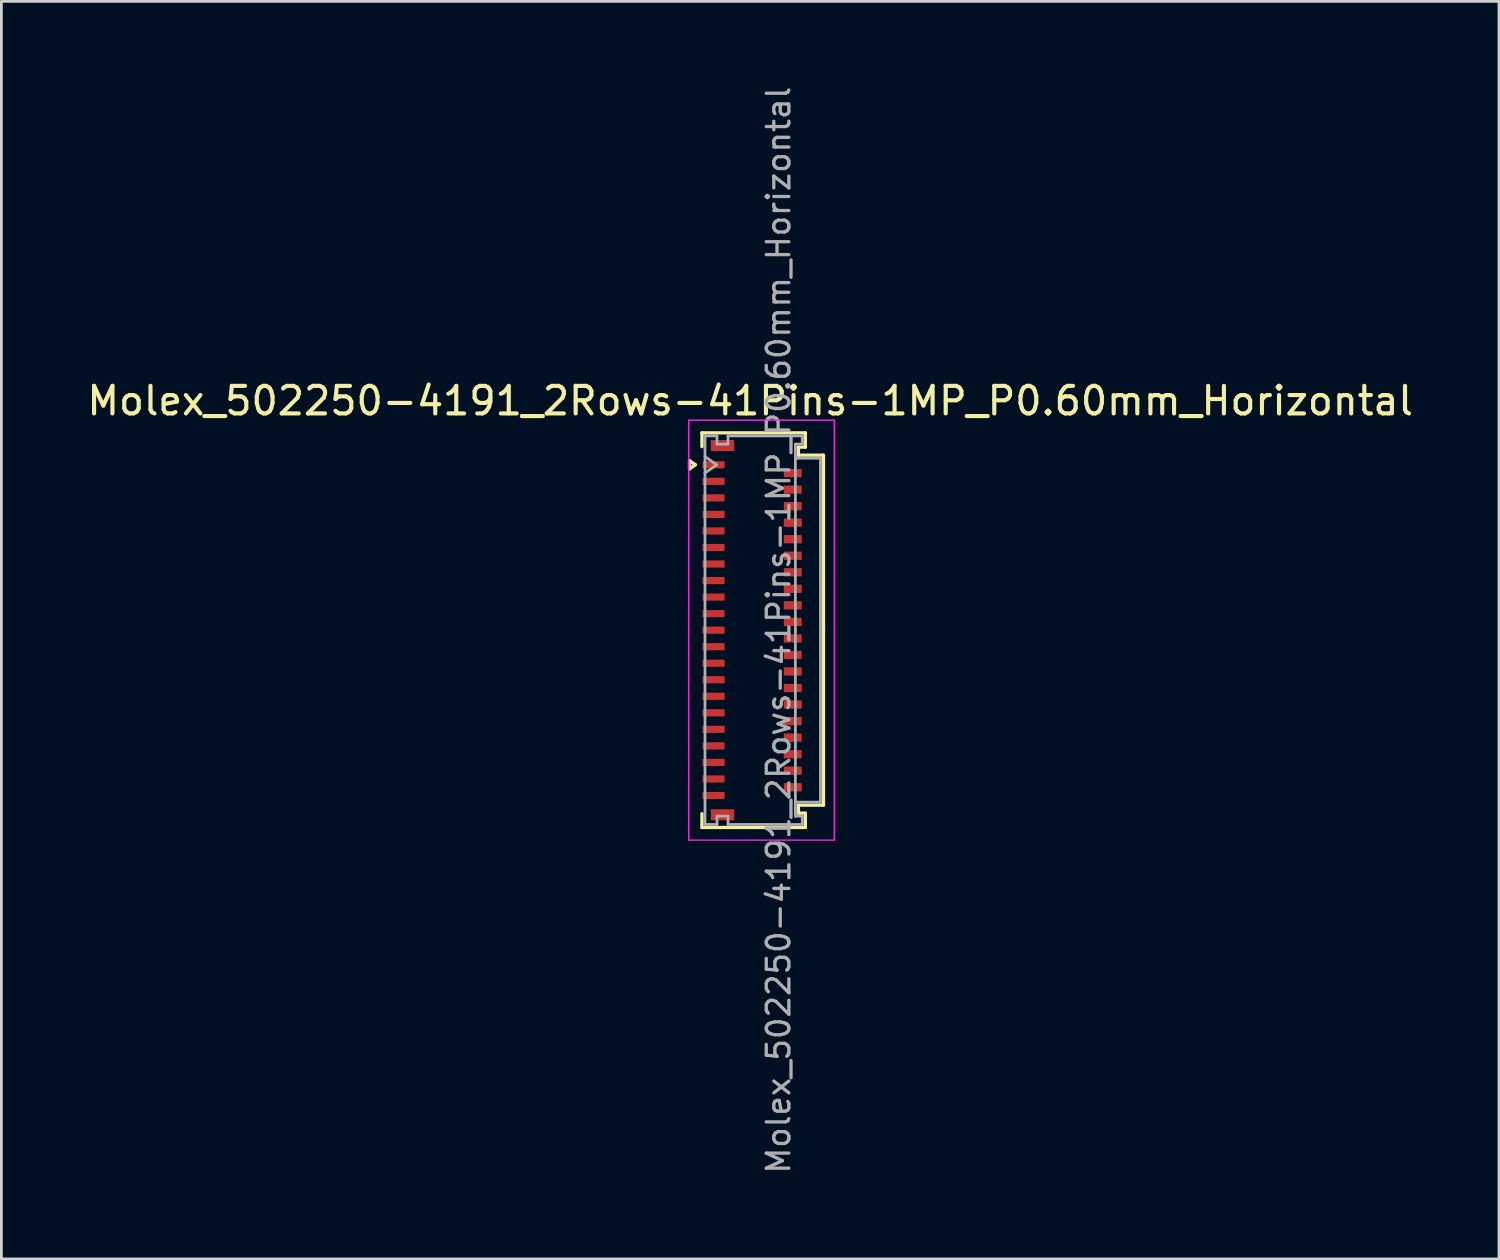
<source format=kicad_pcb>
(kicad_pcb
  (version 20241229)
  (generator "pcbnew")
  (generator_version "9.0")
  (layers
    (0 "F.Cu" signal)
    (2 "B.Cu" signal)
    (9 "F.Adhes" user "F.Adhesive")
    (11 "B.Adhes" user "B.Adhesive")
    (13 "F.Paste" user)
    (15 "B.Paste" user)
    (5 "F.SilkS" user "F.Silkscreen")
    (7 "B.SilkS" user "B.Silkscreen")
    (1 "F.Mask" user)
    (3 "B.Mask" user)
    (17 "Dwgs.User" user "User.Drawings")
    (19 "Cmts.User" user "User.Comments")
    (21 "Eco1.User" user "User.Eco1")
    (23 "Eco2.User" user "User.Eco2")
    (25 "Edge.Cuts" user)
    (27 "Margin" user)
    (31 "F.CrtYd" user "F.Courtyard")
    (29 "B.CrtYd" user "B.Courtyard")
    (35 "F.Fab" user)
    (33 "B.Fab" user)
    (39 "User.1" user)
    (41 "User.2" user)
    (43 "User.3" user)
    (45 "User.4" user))
  (footprint "Molex_502250-4191_2Rows-41Pins-1MP_P0.60mm_Horizontal"
    (layer "F.Cu")
    (at 24.243 19.817)
    (property "Reference" "Molex_502250-4191_2Rows-41Pins-1MP_P0.60mm_Horizontal" (at -0.07 -8.32 0) (layer "F.SilkS") (effects (font (size 1 1) (thickness 0.15))))
    (attr smd)
    (fp_line (start -2.272 -6.15) (end -2.06 -6) (stroke (width 0.12) (type solid)) (layer "F.SilkS"))
    (fp_line (start -2.272 -5.85) (end -2.272 -6.15) (stroke (width 0.12) (type solid)) (layer "F.SilkS"))
    (fp_line (start -2.06 -6) (end -2.272 -5.85) (stroke (width 0.12) (type solid)) (layer "F.SilkS"))
    (fp_line (start -1.82 -7.16) (end 1.93 -7.16) (stroke (width 0.12) (type solid)) (layer "F.SilkS"))
    (fp_line (start -1.82 -6.66) (end -1.82 -7.16) (stroke (width 0.12) (type solid)) (layer "F.SilkS"))
    (fp_line (start -1.82 6.66) (end -1.82 7.16) (stroke (width 0.12) (type solid)) (layer "F.SilkS"))
    (fp_line (start -1.82 7.16) (end 1.93 7.16) (stroke (width 0.12) (type solid)) (layer "F.SilkS"))
    (fp_line (start 1.68 -6.64) (end 1.68 -6.35) (stroke (width 0.12) (type solid)) (layer "F.SilkS"))
    (fp_line (start 1.68 -6.35) (end 2.59 -6.35) (stroke (width 0.12) (type solid)) (layer "F.SilkS"))
    (fp_line (start 1.68 6.35) (end 2.59 6.35) (stroke (width 0.12) (type solid)) (layer "F.SilkS"))
    (fp_line (start 1.68 6.64) (end 1.68 6.35) (stroke (width 0.12) (type solid)) (layer "F.SilkS"))
    (fp_line (start 1.93 -7.16) (end 1.93 -6.64) (stroke (width 0.12) (type solid)) (layer "F.SilkS"))
    (fp_line (start 1.93 -6.64) (end 1.68 -6.64) (stroke (width 0.12) (type solid)) (layer "F.SilkS"))
    (fp_line (start 1.93 6.64) (end 1.68 6.64) (stroke (width 0.12) (type solid)) (layer "F.SilkS"))
    (fp_line (start 1.93 7.16) (end 1.93 6.64) (stroke (width 0.12) (type solid)) (layer "F.SilkS"))
    (fp_line (start 2.59 -6.35) (end 2.59 0) (stroke (width 0.12) (type solid)) (layer "F.SilkS"))
    (fp_line (start 2.59 6.35) (end 2.59 0) (stroke (width 0.12) (type solid)) (layer "F.SilkS"))
    (fp_line (start -2.3 -7.62) (end -2.3 7.62) (stroke (width 0.05) (type solid)) (layer "F.CrtYd"))
    (fp_line (start -2.3 7.62) (end 2.98 7.62) (stroke (width 0.05) (type solid)) (layer "F.CrtYd"))
    (fp_line (start 2.98 -7.62) (end -2.3 -7.62) (stroke (width 0.05) (type solid)) (layer "F.CrtYd"))
    (fp_line (start 2.98 7.62) (end 2.98 -7.62) (stroke (width 0.05) (type solid)) (layer "F.CrtYd"))
    (fp_line (start -1.71 -7.05) (end -1.275 -7.05) (stroke (width 0.1) (type solid)) (layer "F.Fab"))
    (fp_line (start -1.71 -6.3) (end -1.286 -6) (stroke (width 0.1) (type solid)) (layer "F.Fab"))
    (fp_line (start -1.71 0) (end -1.71 -7.05) (stroke (width 0.1) (type solid)) (layer "F.Fab"))
    (fp_line (start -1.71 0) (end -1.71 7.05) (stroke (width 0.1) (type solid)) (layer "F.Fab"))
    (fp_line (start -1.71 7.05) (end -1.275 7.05) (stroke (width 0.1) (type solid)) (layer "F.Fab"))
    (fp_line (start -1.286 -6) (end -1.71 -5.7) (stroke (width 0.1) (type solid)) (layer "F.Fab"))
    (fp_line (start -1.275 -7.05) (end -1.275 -6.75) (stroke (width 0.1) (type solid)) (layer "F.Fab"))
    (fp_line (start -1.275 -6.75) (end -0.875 -6.75) (stroke (width 0.1) (type solid)) (layer "F.Fab"))
    (fp_line (start -1.275 6.75) (end -0.875 6.75) (stroke (width 0.1) (type solid)) (layer "F.Fab"))
    (fp_line (start -1.275 7.05) (end -1.275 6.75) (stroke (width 0.1) (type solid)) (layer "F.Fab"))
    (fp_line (start -0.875 -7.05) (end 1.82 -7.05) (stroke (width 0.1) (type solid)) (layer "F.Fab"))
    (fp_line (start -0.875 -6.75) (end -0.875 -7.05) (stroke (width 0.1) (type solid)) (layer "F.Fab"))
    (fp_line (start -0.875 6.75) (end -0.875 7.05) (stroke (width 0.1) (type solid)) (layer "F.Fab"))
    (fp_line (start -0.875 7.05) (end 1.82 7.05) (stroke (width 0.1) (type solid)) (layer "F.Fab"))
    (fp_line (start 1.57 -6.75) (end 1.57 0) (stroke (width 0.1) (type solid)) (layer "F.Fab"))
    (fp_line (start 1.57 -6.24) (end 2.48 -6.24) (stroke (width 0.1) (type solid)) (layer "F.Fab"))
    (fp_line (start 1.57 6.75) (end 1.57 0) (stroke (width 0.1) (type solid)) (layer "F.Fab"))
    (fp_line (start 1.82 -7.05) (end 1.82 -6.75) (stroke (width 0.1) (type solid)) (layer "F.Fab"))
    (fp_line (start 1.82 -6.75) (end 1.57 -6.75) (stroke (width 0.1) (type solid)) (layer "F.Fab"))
    (fp_line (start 1.82 6.75) (end 1.57 6.75) (stroke (width 0.1) (type solid)) (layer "F.Fab"))
    (fp_line (start 1.82 7.05) (end 1.82 6.75) (stroke (width 0.1) (type solid)) (layer "F.Fab"))
    (fp_line (start 2.48 -6.24) (end 2.48 6.24) (stroke (width 0.1) (type solid)) (layer "F.Fab"))
    (fp_line (start 2.48 6.24) (end 1.57 6.24) (stroke (width 0.1) (type solid)) (layer "F.Fab"))
    (fp_text user "${REFERENCE}" (at 0.96 0 90) (layer "F.Fab") (effects (font (size 0.82 0.82) (thickness 0.12))))
    (pad "1" smd rect (at -1.4 -6) (size 0.8 0.26) (layers "F.Cu" "F.Mask" "F.Paste"))
    (pad "2" smd rect (at 1.475 -5.7) (size 0.65 0.3) (layers "F.Cu" "F.Mask" "F.Paste"))
    (pad "3" smd rect (at -1.4 -5.4) (size 0.8 0.26) (layers "F.Cu" "F.Mask" "F.Paste"))
    (pad "4" smd rect (at 1.475 -5.1) (size 0.65 0.3) (layers "F.Cu" "F.Mask" "F.Paste"))
    (pad "5" smd rect (at -1.4 -4.8) (size 0.8 0.26) (layers "F.Cu" "F.Mask" "F.Paste"))
    (pad "6" smd rect (at 1.475 -4.5) (size 0.65 0.3) (layers "F.Cu" "F.Mask" "F.Paste"))
    (pad "7" smd rect (at -1.4 -4.2) (size 0.8 0.26) (layers "F.Cu" "F.Mask" "F.Paste"))
    (pad "8" smd rect (at 1.475 -3.9) (size 0.65 0.3) (layers "F.Cu" "F.Mask" "F.Paste"))
    (pad "9" smd rect (at -1.4 -3.6) (size 0.8 0.26) (layers "F.Cu" "F.Mask" "F.Paste"))
    (pad "10" smd rect (at 1.475 -3.3) (size 0.65 0.3) (layers "F.Cu" "F.Mask" "F.Paste"))
    (pad "11" smd rect (at -1.4 -3) (size 0.8 0.26) (layers "F.Cu" "F.Mask" "F.Paste"))
    (pad "12" smd rect (at 1.475 -2.7) (size 0.65 0.3) (layers "F.Cu" "F.Mask" "F.Paste"))
    (pad "13" smd rect (at -1.4 -2.4) (size 0.8 0.26) (layers "F.Cu" "F.Mask" "F.Paste"))
    (pad "14" smd rect (at 1.475 -2.1) (size 0.65 0.3) (layers "F.Cu" "F.Mask" "F.Paste"))
    (pad "15" smd rect (at -1.4 -1.8) (size 0.8 0.26) (layers "F.Cu" "F.Mask" "F.Paste"))
    (pad "16" smd rect (at 1.475 -1.5) (size 0.65 0.3) (layers "F.Cu" "F.Mask" "F.Paste"))
    (pad "17" smd rect (at -1.4 -1.2) (size 0.8 0.26) (layers "F.Cu" "F.Mask" "F.Paste"))
    (pad "18" smd rect (at 1.475 -0.9) (size 0.65 0.3) (layers "F.Cu" "F.Mask" "F.Paste"))
    (pad "19" smd rect (at -1.4 -0.6) (size 0.8 0.26) (layers "F.Cu" "F.Mask" "F.Paste"))
    (pad "20" smd rect (at 1.475 -0.3) (size 0.65 0.3) (layers "F.Cu" "F.Mask" "F.Paste"))
    (pad "21" smd rect (at -1.4 0) (size 0.8 0.26) (layers "F.Cu" "F.Mask" "F.Paste"))
    (pad "22" smd rect (at 1.475 0.3) (size 0.65 0.3) (layers "F.Cu" "F.Mask" "F.Paste"))
    (pad "23" smd rect (at -1.4 0.6) (size 0.8 0.26) (layers "F.Cu" "F.Mask" "F.Paste"))
    (pad "24" smd rect (at 1.475 0.9) (size 0.65 0.3) (layers "F.Cu" "F.Mask" "F.Paste"))
    (pad "25" smd rect (at -1.4 1.2) (size 0.8 0.26) (layers "F.Cu" "F.Mask" "F.Paste"))
    (pad "26" smd rect (at 1.475 1.5) (size 0.65 0.3) (layers "F.Cu" "F.Mask" "F.Paste"))
    (pad "27" smd rect (at -1.4 1.8) (size 0.8 0.26) (layers "F.Cu" "F.Mask" "F.Paste"))
    (pad "28" smd rect (at 1.475 2.1) (size 0.65 0.3) (layers "F.Cu" "F.Mask" "F.Paste"))
    (pad "29" smd rect (at -1.4 2.4) (size 0.8 0.26) (layers "F.Cu" "F.Mask" "F.Paste"))
    (pad "30" smd rect (at 1.475 2.7) (size 0.65 0.3) (layers "F.Cu" "F.Mask" "F.Paste"))
    (pad "31" smd rect (at -1.4 3) (size 0.8 0.26) (layers "F.Cu" "F.Mask" "F.Paste"))
    (pad "32" smd rect (at 1.475 3.3) (size 0.65 0.3) (layers "F.Cu" "F.Mask" "F.Paste"))
    (pad "33" smd rect (at -1.4 3.6) (size 0.8 0.26) (layers "F.Cu" "F.Mask" "F.Paste"))
    (pad "34" smd rect (at 1.475 3.9) (size 0.65 0.3) (layers "F.Cu" "F.Mask" "F.Paste"))
    (pad "35" smd rect (at -1.4 4.2) (size 0.8 0.26) (layers "F.Cu" "F.Mask" "F.Paste"))
    (pad "36" smd rect (at 1.475 4.5) (size 0.65 0.3) (layers "F.Cu" "F.Mask" "F.Paste"))
    (pad "37" smd rect (at -1.4 4.8) (size 0.8 0.26) (layers "F.Cu" "F.Mask" "F.Paste"))
    (pad "38" smd rect (at 1.475 5.1) (size 0.65 0.3) (layers "F.Cu" "F.Mask" "F.Paste"))
    (pad "39" smd rect (at -1.4 5.4) (size 0.8 0.26) (layers "F.Cu" "F.Mask" "F.Paste"))
    (pad "40" smd rect (at 1.475 5.7) (size 0.65 0.3) (layers "F.Cu" "F.Mask" "F.Paste"))
    (pad "41" smd rect (at -1.4 6) (size 0.8 0.26) (layers "F.Cu" "F.Mask" "F.Paste"))
    (pad "MP" smd rect (at -1.075 -6.7) (size 0.85 0.4) (layers "F.Cu" "F.Mask" "F.Paste"))
    (pad "MP" smd rect (at -1.075 6.7) (size 0.85 0.4) (layers "F.Cu" "F.Mask" "F.Paste")))
  (gr_rect
    (start -3 -3)
    (end 51.345 42.634)
    (stroke (width 0.1) (type default))
    (fill no)
    (layer "Edge.Cuts")))
</source>
